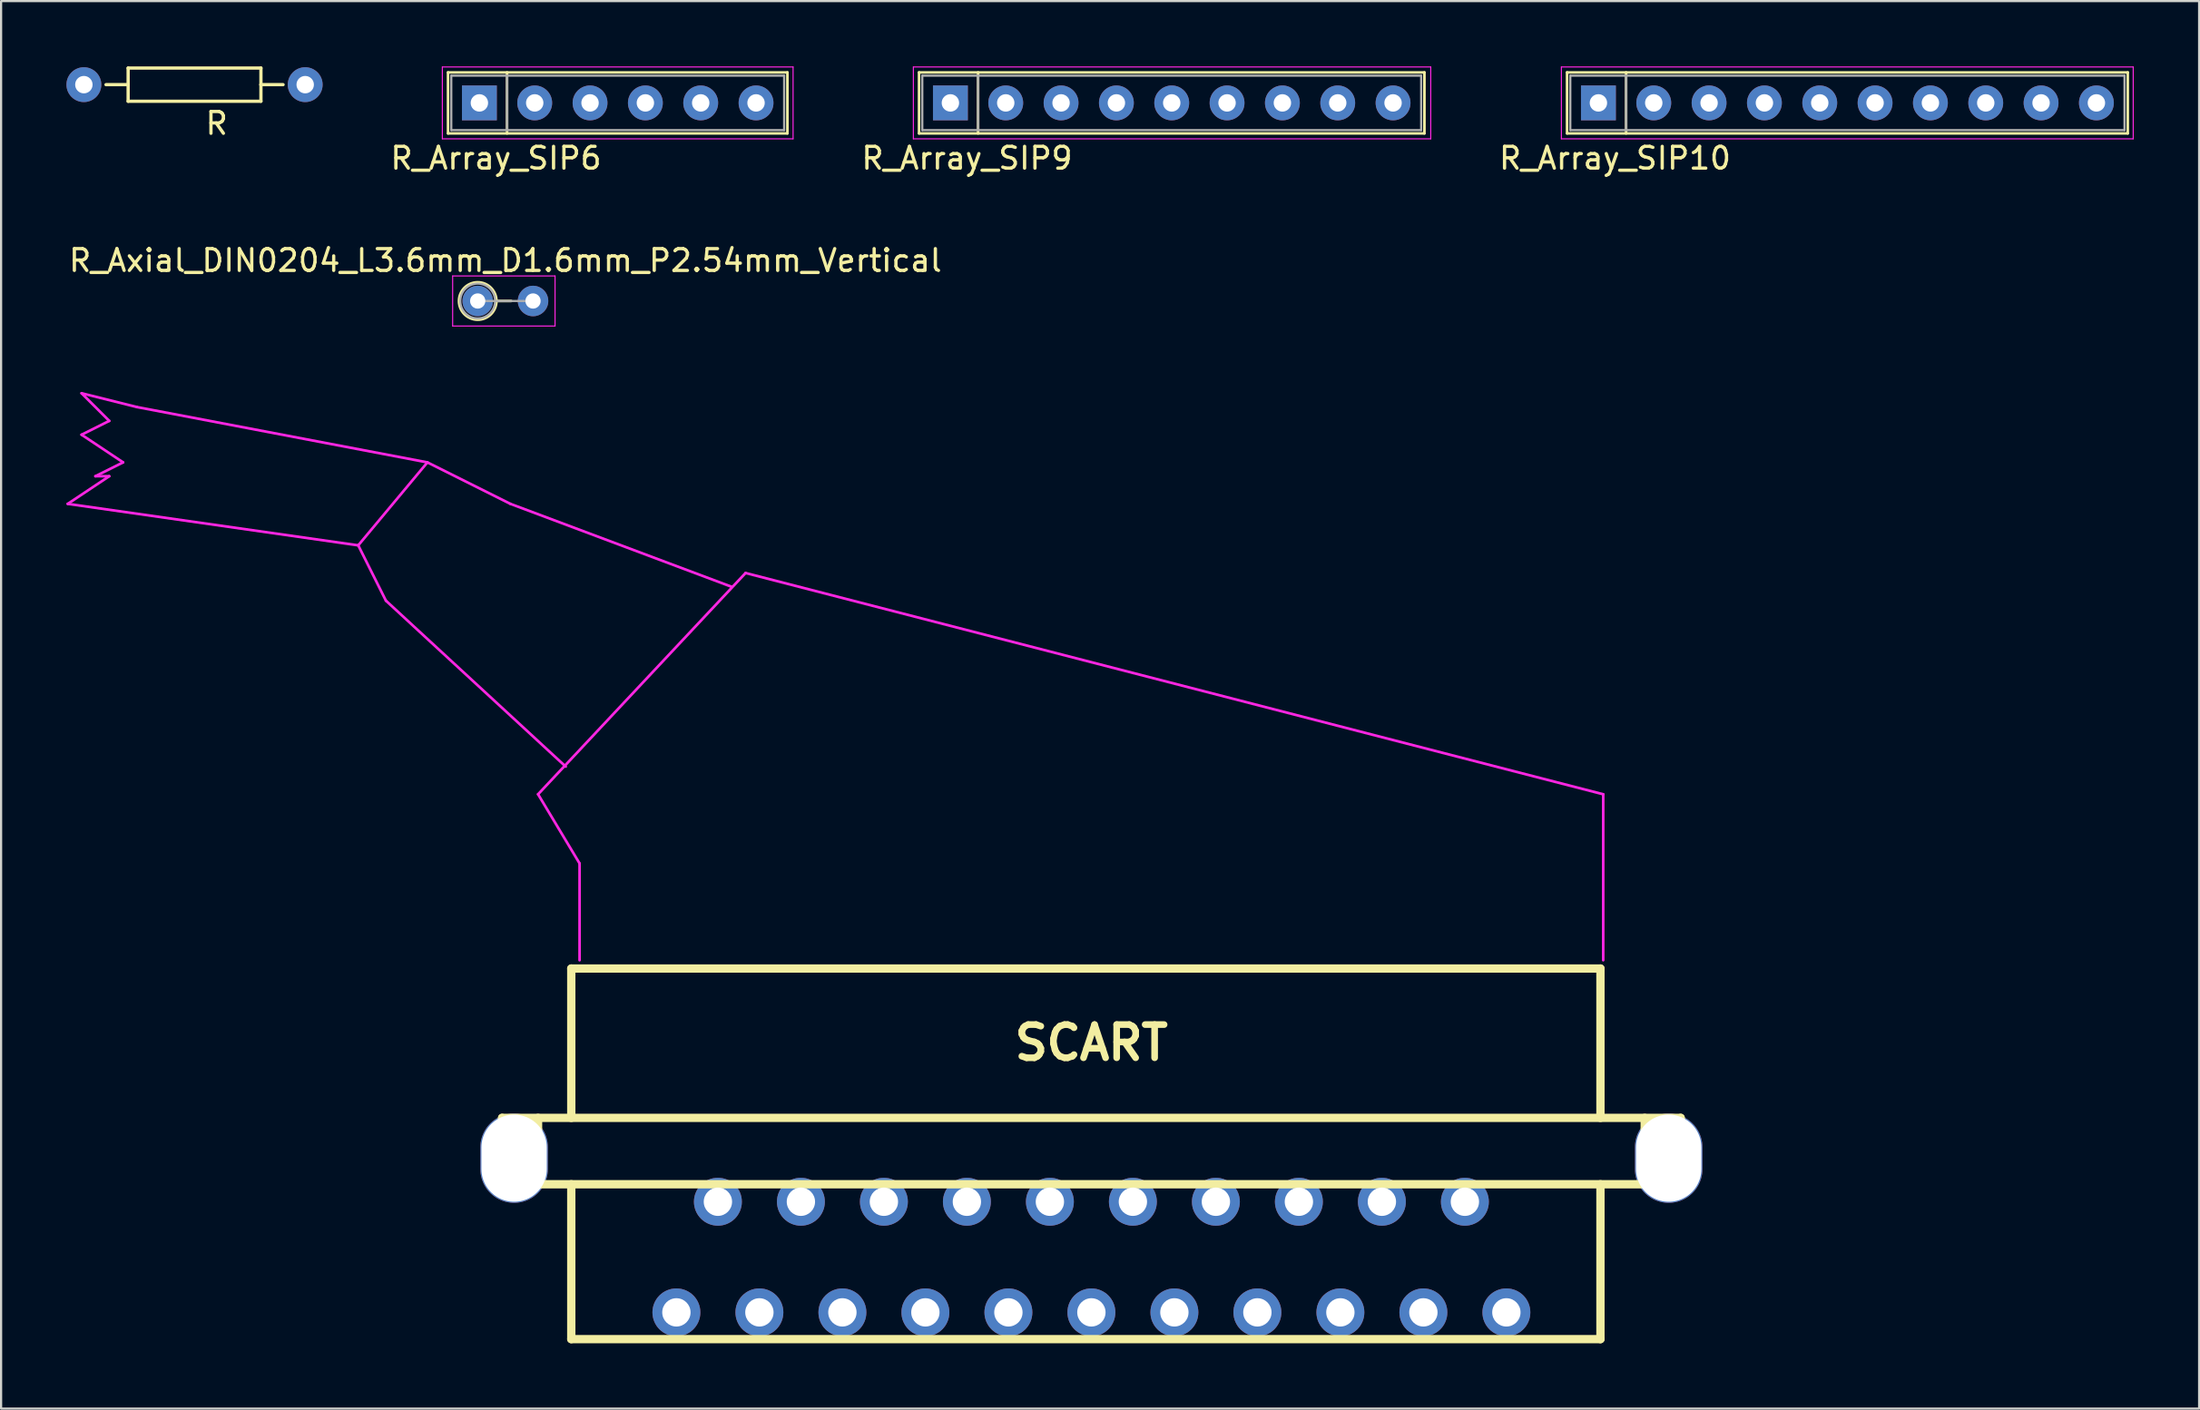
<source format=kicad_pcb>
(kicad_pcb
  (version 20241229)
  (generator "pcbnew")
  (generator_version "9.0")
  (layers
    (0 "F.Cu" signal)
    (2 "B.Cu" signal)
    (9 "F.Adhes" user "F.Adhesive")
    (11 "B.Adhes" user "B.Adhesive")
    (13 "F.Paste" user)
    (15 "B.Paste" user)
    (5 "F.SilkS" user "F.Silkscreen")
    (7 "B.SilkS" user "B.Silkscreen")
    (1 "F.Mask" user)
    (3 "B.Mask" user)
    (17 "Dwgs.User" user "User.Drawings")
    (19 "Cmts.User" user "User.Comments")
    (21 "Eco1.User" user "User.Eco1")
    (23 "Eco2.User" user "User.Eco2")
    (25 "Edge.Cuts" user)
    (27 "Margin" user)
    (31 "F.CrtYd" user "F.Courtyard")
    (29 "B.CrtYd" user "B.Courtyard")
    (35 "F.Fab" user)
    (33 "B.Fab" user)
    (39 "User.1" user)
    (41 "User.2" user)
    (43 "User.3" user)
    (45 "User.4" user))
  (footprint "R"
    (layer "F.Cu")
    (at 0.8 0.837)
    (property "Reference" "R" (at 6.096 1.778 0) (layer "F.SilkS") (effects (font (size 1 1) (thickness 0.15))))
    (attr through_hole)
    (fp_line (start 1.016 0) (end 2.032 0) (stroke (width 0.15) (type solid)) (layer "F.SilkS"))
    (fp_line (start 2.032 -0.762) (end 2.032 0.762) (stroke (width 0.15) (type solid)) (layer "F.SilkS"))
    (fp_line (start 2.032 0.762) (end 8.128 0.762) (stroke (width 0.15) (type solid)) (layer "F.SilkS"))
    (fp_line (start 8.128 -0.762) (end 2.032 -0.762) (stroke (width 0.15) (type solid)) (layer "F.SilkS"))
    (fp_line (start 8.128 0) (end 8.128 -0.762) (stroke (width 0.15) (type solid)) (layer "F.SilkS"))
    (fp_line (start 8.128 0.762) (end 8.128 0) (stroke (width 0.15) (type solid)) (layer "F.SilkS"))
    (fp_line (start 9.144 0) (end 8.128 0) (stroke (width 0.15) (type solid)) (layer "F.SilkS"))
    (pad "1" thru_hole circle (at 0 0) (size 1.6 1.6) (drill 0.8) (layers "*.Cu" "*.Mask"))
    (pad "2" thru_hole circle (at 10.16 0) (size 1.6 1.6) (drill 0.8) (layers "*.Cu" "*.Mask")))
  (footprint "R_Axial_DIN0204_L3.6mm_D1.6mm_P2.54mm_Vertical"
    (layer "F.Cu")
    (at 18.879 10.771)
    (property "Reference" "R_Axial_DIN0204_L3.6mm_D1.6mm_P2.54mm_Vertical" (at 1.27 -1.86 180) (layer "F.SilkS") (effects (font (size 1 1) (thickness 0.15))))
    (attr through_hole)
    (fp_line (start 0.86 0) (end 1.54 0) (stroke (width 0.12) (type solid)) (layer "F.SilkS"))
    (fp_circle (center 0 0) (end 0.86 0) (stroke (width 0.12) (type solid)) (fill no) (layer "F.SilkS"))
    (fp_line (start -1.15 -1.15) (end -1.15 1.15) (stroke (width 0.05) (type solid)) (layer "F.CrtYd"))
    (fp_line (start -1.15 1.15) (end 3.55 1.15) (stroke (width 0.05) (type solid)) (layer "F.CrtYd"))
    (fp_line (start 3.55 -1.15) (end -1.15 -1.15) (stroke (width 0.05) (type solid)) (layer "F.CrtYd"))
    (fp_line (start 3.55 1.15) (end 3.55 -1.15) (stroke (width 0.05) (type solid)) (layer "F.CrtYd"))
    (fp_line (start 0 0) (end 2.54 0) (stroke (width 0.1) (type solid)) (layer "F.Fab"))
    (fp_circle (center 0 0) (end 0.8 0) (stroke (width 0.1) (type solid)) (fill no) (layer "F.Fab"))
    (pad "1" thru_hole circle (at 0 0) (size 1.4 1.4) (drill 0.7) (layers "*.Cu" "*.Mask"))
    (pad "2" thru_hole oval (at 2.54 0) (size 1.4 1.4) (drill 0.7) (layers "*.Cu" "*.Mask")))
  (footprint "R_Array_SIP9"
    (layer "F.Cu")
    (at 40.578 1.675)
    (property "Reference" "R_Array_SIP9" (at 0.762 2.54 0) (layer "F.SilkS") (effects (font (size 1 1) (thickness 0.15))))
    (attr through_hole)
    (fp_line (start -1.44 -1.4) (end -1.44 1.4) (stroke (width 0.12) (type solid)) (layer "F.SilkS"))
    (fp_line (start -1.44 1.4) (end 21.76 1.4) (stroke (width 0.12) (type solid)) (layer "F.SilkS"))
    (fp_line (start 1.27 -1.4) (end 1.27 1.4) (stroke (width 0.12) (type solid)) (layer "F.SilkS"))
    (fp_line (start 21.76 -1.4) (end -1.44 -1.4) (stroke (width 0.12) (type solid)) (layer "F.SilkS"))
    (fp_line (start 21.76 1.4) (end 21.76 -1.4) (stroke (width 0.12) (type solid)) (layer "F.SilkS"))
    (fp_line (start -1.7 -1.65) (end -1.7 1.65) (stroke (width 0.05) (type solid)) (layer "F.CrtYd"))
    (fp_line (start -1.7 1.65) (end 22.05 1.65) (stroke (width 0.05) (type solid)) (layer "F.CrtYd"))
    (fp_line (start 22.05 -1.65) (end -1.7 -1.65) (stroke (width 0.05) (type solid)) (layer "F.CrtYd"))
    (fp_line (start 22.05 1.65) (end 22.05 -1.65) (stroke (width 0.05) (type solid)) (layer "F.CrtYd"))
    (fp_line (start -1.29 -1.25) (end -1.29 1.25) (stroke (width 0.1) (type solid)) (layer "F.Fab"))
    (fp_line (start -1.29 1.25) (end 21.61 1.25) (stroke (width 0.1) (type solid)) (layer "F.Fab"))
    (fp_line (start 1.27 -1.25) (end 1.27 1.25) (stroke (width 0.1) (type solid)) (layer "F.Fab"))
    (fp_line (start 21.61 -1.25) (end -1.29 -1.25) (stroke (width 0.1) (type solid)) (layer "F.Fab"))
    (fp_line (start 21.61 1.25) (end 21.61 -1.25) (stroke (width 0.1) (type solid)) (layer "F.Fab"))
    (pad "1" thru_hole rect (at 0 0) (size 1.6 1.6) (drill 0.8) (layers "*.Cu" "*.Mask"))
    (pad "2" thru_hole circle (at 2.54 0) (size 1.6 1.6) (drill 0.8) (layers "*.Cu" "*.Mask"))
    (pad "3" thru_hole circle (at 5.08 0) (size 1.6 1.6) (drill 0.8) (layers "*.Cu" "*.Mask"))
    (pad "4" thru_hole circle (at 7.62 0) (size 1.6 1.6) (drill 0.8) (layers "*.Cu" "*.Mask"))
    (pad "5" thru_hole circle (at 10.16 0) (size 1.6 1.6) (drill 0.8) (layers "*.Cu" "*.Mask"))
    (pad "6" thru_hole circle (at 12.7 0) (size 1.6 1.6) (drill 0.8) (layers "*.Cu" "*.Mask"))
    (pad "7" thru_hole circle (at 15.24 0) (size 1.6 1.6) (drill 0.8) (layers "*.Cu" "*.Mask"))
    (pad "8" thru_hole circle (at 17.78 0) (size 1.6 1.6) (drill 0.8) (layers "*.Cu" "*.Mask"))
    (pad "9" thru_hole circle (at 20.32 0) (size 1.6 1.6) (drill 0.8) (layers "*.Cu" "*.Mask")))
  (footprint "R_Array_SIP6"
    (layer "F.Cu")
    (at 18.956 1.675)
    (property "Reference" "R_Array_SIP6" (at 0.762 2.54 0) (layer "F.SilkS") (effects (font (size 1 1) (thickness 0.15))))
    (attr through_hole)
    (fp_line (start -1.44 -1.4) (end -1.44 1.4) (stroke (width 0.12) (type solid)) (layer "F.SilkS"))
    (fp_line (start -1.44 1.4) (end 14.14 1.4) (stroke (width 0.12) (type solid)) (layer "F.SilkS"))
    (fp_line (start 1.27 -1.4) (end 1.27 1.4) (stroke (width 0.12) (type solid)) (layer "F.SilkS"))
    (fp_line (start 14.14 -1.4) (end -1.44 -1.4) (stroke (width 0.12) (type solid)) (layer "F.SilkS"))
    (fp_line (start 14.14 1.4) (end 14.14 -1.4) (stroke (width 0.12) (type solid)) (layer "F.SilkS"))
    (fp_line (start -1.7 -1.65) (end -1.7 1.65) (stroke (width 0.05) (type solid)) (layer "F.CrtYd"))
    (fp_line (start -1.7 1.65) (end 14.4 1.65) (stroke (width 0.05) (type solid)) (layer "F.CrtYd"))
    (fp_line (start 14.4 -1.65) (end -1.7 -1.65) (stroke (width 0.05) (type solid)) (layer "F.CrtYd"))
    (fp_line (start 14.4 1.65) (end 14.4 -1.65) (stroke (width 0.05) (type solid)) (layer "F.CrtYd"))
    (fp_line (start -1.29 -1.25) (end -1.29 1.25) (stroke (width 0.1) (type solid)) (layer "F.Fab"))
    (fp_line (start -1.29 1.25) (end 13.99 1.25) (stroke (width 0.1) (type solid)) (layer "F.Fab"))
    (fp_line (start 1.27 -1.25) (end 1.27 1.25) (stroke (width 0.1) (type solid)) (layer "F.Fab"))
    (fp_line (start 13.99 -1.25) (end -1.29 -1.25) (stroke (width 0.1) (type solid)) (layer "F.Fab"))
    (fp_line (start 13.99 1.25) (end 13.99 -1.25) (stroke (width 0.1) (type solid)) (layer "F.Fab"))
    (pad "1" thru_hole rect (at 0 0) (size 1.6 1.6) (drill 0.8) (layers "*.Cu" "*.Mask"))
    (pad "2" thru_hole circle (at 2.54 0) (size 1.6 1.6) (drill 0.8) (layers "*.Cu" "*.Mask"))
    (pad "3" thru_hole circle (at 5.08 0) (size 1.6 1.6) (drill 0.8) (layers "*.Cu" "*.Mask"))
    (pad "4" thru_hole circle (at 7.62 0) (size 1.6 1.6) (drill 0.8) (layers "*.Cu" "*.Mask"))
    (pad "5" thru_hole circle (at 10.16 0) (size 1.6 1.6) (drill 0.8) (layers "*.Cu" "*.Mask"))
    (pad "6" thru_hole circle (at 12.7 0) (size 1.6 1.6) (drill 0.8) (layers "*.Cu" "*.Mask")))
  (footprint "SCART"
    (layer "F.Cu")
    (at 47.05 51.931)
    (property "Reference" "SCART" (at 0 -7.1 0) (layer "F.SilkS") (effects (font (size 1.524 1.524) (thickness 0.305))))
    (attr through_hole)
    (fp_line (start -27.051 -3.651) (end 27.051 -3.651) (stroke (width 0.381) (type solid)) (layer "F.SilkS"))
    (fp_line (start -27.051 -0.603) (end -27.051 -3.651) (stroke (width 0.381) (type solid)) (layer "F.SilkS"))
    (fp_line (start -25.4 -0.603) (end -25.4 -3.651) (stroke (width 0.381) (type solid)) (layer "F.SilkS"))
    (fp_line (start -23.876 -10.509) (end -23.876 -3.651) (stroke (width 0.381) (type solid)) (layer "F.SilkS"))
    (fp_line (start -23.876 6.509) (end -23.876 -0.603) (stroke (width 0.381) (type solid)) (layer "F.SilkS"))
    (fp_line (start 23.368 -10.509) (end -23.876 -10.509) (stroke (width 0.381) (type solid)) (layer "F.SilkS"))
    (fp_line (start 23.368 -10.509) (end 23.368 -3.651) (stroke (width 0.381) (type solid)) (layer "F.SilkS"))
    (fp_line (start 23.368 -0.603) (end 23.368 6.509) (stroke (width 0.381) (type solid)) (layer "F.SilkS"))
    (fp_line (start 23.368 6.509) (end -23.876 6.509) (stroke (width 0.381) (type solid)) (layer "F.SilkS"))
    (fp_line (start 25.4 -0.603) (end 25.4 -3.651) (stroke (width 0.381) (type solid)) (layer "F.SilkS"))
    (fp_line (start 27.051 -0.603) (end -27.051 -0.603) (stroke (width 0.381) (type solid)) (layer "F.SilkS"))
    (fp_line (start 27.051 -0.603) (end 27.051 -3.651) (stroke (width 0.381) (type solid)) (layer "F.SilkS"))
    (fp_line (start -46.99 -31.845) (end -45.085 -33.115) (stroke (width 0.12) (type solid)) (layer "F.CrtYd"))
    (fp_line (start -46.355 -36.925) (end -43.815 -36.29) (stroke (width 0.12) (type solid)) (layer "F.CrtYd"))
    (fp_line (start -46.355 -35.02) (end -45.085 -35.655) (stroke (width 0.12) (type solid)) (layer "F.CrtYd"))
    (fp_line (start -45.72 -33.115) (end -44.45 -33.75) (stroke (width 0.12) (type solid)) (layer "F.CrtYd"))
    (fp_line (start -45.085 -35.655) (end -46.355 -36.925) (stroke (width 0.12) (type solid)) (layer "F.CrtYd"))
    (fp_line (start -45.085 -33.115) (end -45.72 -33.115) (stroke (width 0.12) (type solid)) (layer "F.CrtYd"))
    (fp_line (start -44.45 -33.75) (end -46.355 -35.02) (stroke (width 0.12) (type solid)) (layer "F.CrtYd"))
    (fp_line (start -43.815 -36.29) (end -30.48 -33.75) (stroke (width 0.12) (type solid)) (layer "F.CrtYd"))
    (fp_line (start -33.655 -29.94) (end -46.99 -31.845) (stroke (width 0.12) (type solid)) (layer "F.CrtYd"))
    (fp_line (start -33.655 -29.94) (end -30.48 -33.75) (stroke (width 0.12) (type solid)) (layer "F.CrtYd"))
    (fp_line (start -32.385 -27.4) (end -33.655 -29.94) (stroke (width 0.12) (type solid)) (layer "F.CrtYd"))
    (fp_line (start -30.48 -33.75) (end -26.67 -31.845) (stroke (width 0.12) (type solid)) (layer "F.CrtYd"))
    (fp_line (start -26.67 -31.845) (end -16.51 -28.035) (stroke (width 0.12) (type solid)) (layer "F.CrtYd"))
    (fp_line (start -25.4 -18.51) (end -23.495 -15.335) (stroke (width 0.12) (type solid)) (layer "F.CrtYd"))
    (fp_line (start -24.13 -19.78) (end -32.385 -27.4) (stroke (width 0.12) (type solid)) (layer "F.CrtYd"))
    (fp_line (start -23.495 -15.335) (end -23.495 -10.89) (stroke (width 0.12) (type solid)) (layer "F.CrtYd"))
    (fp_line (start -15.875 -28.67) (end -25.4 -18.51) (stroke (width 0.12) (type solid)) (layer "F.CrtYd"))
    (fp_line (start 23.495 -18.51) (end -15.875 -28.67) (stroke (width 0.12) (type solid)) (layer "F.CrtYd"))
    (fp_line (start 23.495 -10.89) (end 23.495 -18.51) (stroke (width 0.12) (type solid)) (layer "F.CrtYd"))
    (pad "" np_thru_hole oval (at -26.5 -1.799 180) (size 3.1 4.1) (drill oval 3 4) (layers "*.Cu" "*.Mask"))
    (pad "" np_thru_hole oval (at 26.5 -1.799 180) (size 3.1 4.1) (drill oval 3 4) (layers "*.Cu" "*.Mask"))
    (pad "1" thru_hole circle (at -19.05 5.28 180) (size 2.2 2.2) (drill 1.3) (layers "*.Cu" "*.Mask"))
    (pad "2" thru_hole circle (at -17.145 0.2 180) (size 2.2 2.2) (drill 1.3) (layers "*.Cu" "*.Mask"))
    (pad "3" thru_hole circle (at -15.24 5.28 180) (size 2.2 2.2) (drill 1.3) (layers "*.Cu" "*.Mask"))
    (pad "4" thru_hole circle (at -13.335 0.2 180) (size 2.2 2.2) (drill 1.3) (layers "*.Cu" "*.Mask"))
    (pad "5" thru_hole circle (at -11.43 5.28 180) (size 2.2 2.2) (drill 1.3) (layers "*.Cu" "*.Mask"))
    (pad "6" thru_hole circle (at -9.525 0.2 180) (size 2.2 2.2) (drill 1.3) (layers "*.Cu" "*.Mask"))
    (pad "7" thru_hole circle (at -7.62 5.28 180) (size 2.2 2.2) (drill 1.3) (layers "*.Cu" "*.Mask"))
    (pad "8" thru_hole circle (at -5.715 0.2 180) (size 2.2 2.2) (drill 1.3) (layers "*.Cu" "*.Mask"))
    (pad "9" thru_hole circle (at -3.81 5.28 180) (size 2.2 2.2) (drill 1.3) (layers "*.Cu" "*.Mask"))
    (pad "10" thru_hole circle (at -1.905 0.2 180) (size 2.2 2.2) (drill 1.3) (layers "*.Cu" "*.Mask"))
    (pad "11" thru_hole circle (at 0 5.28 180) (size 2.2 2.2) (drill 1.3) (layers "*.Cu" "*.Mask"))
    (pad "12" thru_hole circle (at 1.905 0.2 180) (size 2.2 2.2) (drill 1.3) (layers "*.Cu" "*.Mask"))
    (pad "13" thru_hole circle (at 3.81 5.28 180) (size 2.2 2.2) (drill 1.3) (layers "*.Cu" "*.Mask"))
    (pad "14" thru_hole circle (at 5.715 0.2 180) (size 2.2 2.2) (drill 1.3) (layers "*.Cu" "*.Mask"))
    (pad "15" thru_hole circle (at 7.62 5.28 180) (size 2.2 2.2) (drill 1.3) (layers "*.Cu" "*.Mask"))
    (pad "16" thru_hole circle (at 9.525 0.2 180) (size 2.2 2.2) (drill 1.3) (layers "*.Cu" "*.Mask"))
    (pad "17" thru_hole circle (at 11.43 5.28 180) (size 2.2 2.2) (drill 1.3) (layers "*.Cu" "*.Mask"))
    (pad "18" thru_hole circle (at 13.335 0.2 180) (size 2.2 2.2) (drill 1.3) (layers "*.Cu" "*.Mask"))
    (pad "19" thru_hole circle (at 15.24 5.28 180) (size 2.2 2.2) (drill 1.3) (layers "*.Cu" "*.Mask"))
    (pad "20" thru_hole circle (at 17.145 0.2 180) (size 2.2 2.2) (drill 1.3) (layers "*.Cu" "*.Mask"))
    (pad "21" thru_hole circle (at 19.05 5.28 180) (size 2.2 2.2) (drill 1.3) (layers "*.Cu" "*.Mask")))
  (footprint "R_Array_SIP10"
    (layer "F.Cu")
    (at 70.325 1.675)
    (property "Reference" "R_Array_SIP10" (at 0.762 2.54 180) (layer "F.SilkS") (effects (font (size 1 1) (thickness 0.15))))
    (attr through_hole)
    (fp_line (start -1.44 -1.4) (end -1.44 1.4) (stroke (width 0.12) (type solid)) (layer "F.SilkS"))
    (fp_line (start -1.44 1.4) (end 24.3 1.4) (stroke (width 0.12) (type solid)) (layer "F.SilkS"))
    (fp_line (start 1.27 -1.4) (end 1.27 1.4) (stroke (width 0.12) (type solid)) (layer "F.SilkS"))
    (fp_line (start 24.3 -1.4) (end -1.44 -1.4) (stroke (width 0.12) (type solid)) (layer "F.SilkS"))
    (fp_line (start 24.3 1.4) (end 24.3 -1.4) (stroke (width 0.12) (type solid)) (layer "F.SilkS"))
    (fp_line (start -1.7 -1.65) (end -1.7 1.65) (stroke (width 0.05) (type solid)) (layer "F.CrtYd"))
    (fp_line (start -1.7 1.65) (end 24.55 1.65) (stroke (width 0.05) (type solid)) (layer "F.CrtYd"))
    (fp_line (start 24.55 -1.65) (end -1.7 -1.65) (stroke (width 0.05) (type solid)) (layer "F.CrtYd"))
    (fp_line (start 24.55 1.65) (end 24.55 -1.65) (stroke (width 0.05) (type solid)) (layer "F.CrtYd"))
    (fp_line (start -1.29 -1.25) (end -1.29 1.25) (stroke (width 0.1) (type solid)) (layer "F.Fab"))
    (fp_line (start -1.29 1.25) (end 24.15 1.25) (stroke (width 0.1) (type solid)) (layer "F.Fab"))
    (fp_line (start 1.27 -1.25) (end 1.27 1.25) (stroke (width 0.1) (type solid)) (layer "F.Fab"))
    (fp_line (start 24.15 -1.25) (end -1.29 -1.25) (stroke (width 0.1) (type solid)) (layer "F.Fab"))
    (fp_line (start 24.15 1.25) (end 24.15 -1.25) (stroke (width 0.1) (type solid)) (layer "F.Fab"))
    (pad "1" thru_hole rect (at 0 0) (size 1.6 1.6) (drill 0.8) (layers "*.Cu" "*.Mask"))
    (pad "2" thru_hole circle (at 2.54 0) (size 1.6 1.6) (drill 0.8) (layers "*.Cu" "*.Mask"))
    (pad "3" thru_hole circle (at 5.08 0) (size 1.6 1.6) (drill 0.8) (layers "*.Cu" "*.Mask"))
    (pad "4" thru_hole circle (at 7.62 0) (size 1.6 1.6) (drill 0.8) (layers "*.Cu" "*.Mask"))
    (pad "5" thru_hole circle (at 10.16 0) (size 1.6 1.6) (drill 0.8) (layers "*.Cu" "*.Mask"))
    (pad "6" thru_hole circle (at 12.7 0) (size 1.6 1.6) (drill 0.8) (layers "*.Cu" "*.Mask"))
    (pad "7" thru_hole circle (at 15.24 0) (size 1.6 1.6) (drill 0.8) (layers "*.Cu" "*.Mask"))
    (pad "8" thru_hole circle (at 17.78 0) (size 1.6 1.6) (drill 0.8) (layers "*.Cu" "*.Mask"))
    (pad "9" thru_hole circle (at 20.32 0) (size 1.6 1.6) (drill 0.8) (layers "*.Cu" "*.Mask"))
    (pad "10" thru_hole circle (at 22.86 0) (size 1.6 1.6) (drill 0.8) (layers "*.Cu" "*.Mask")))
  (gr_rect
    (start -3 -3)
    (end 97.9 61.631)
    (stroke (width 0.1) (type default))
    (fill no)
    (layer "Edge.Cuts")))
</source>
